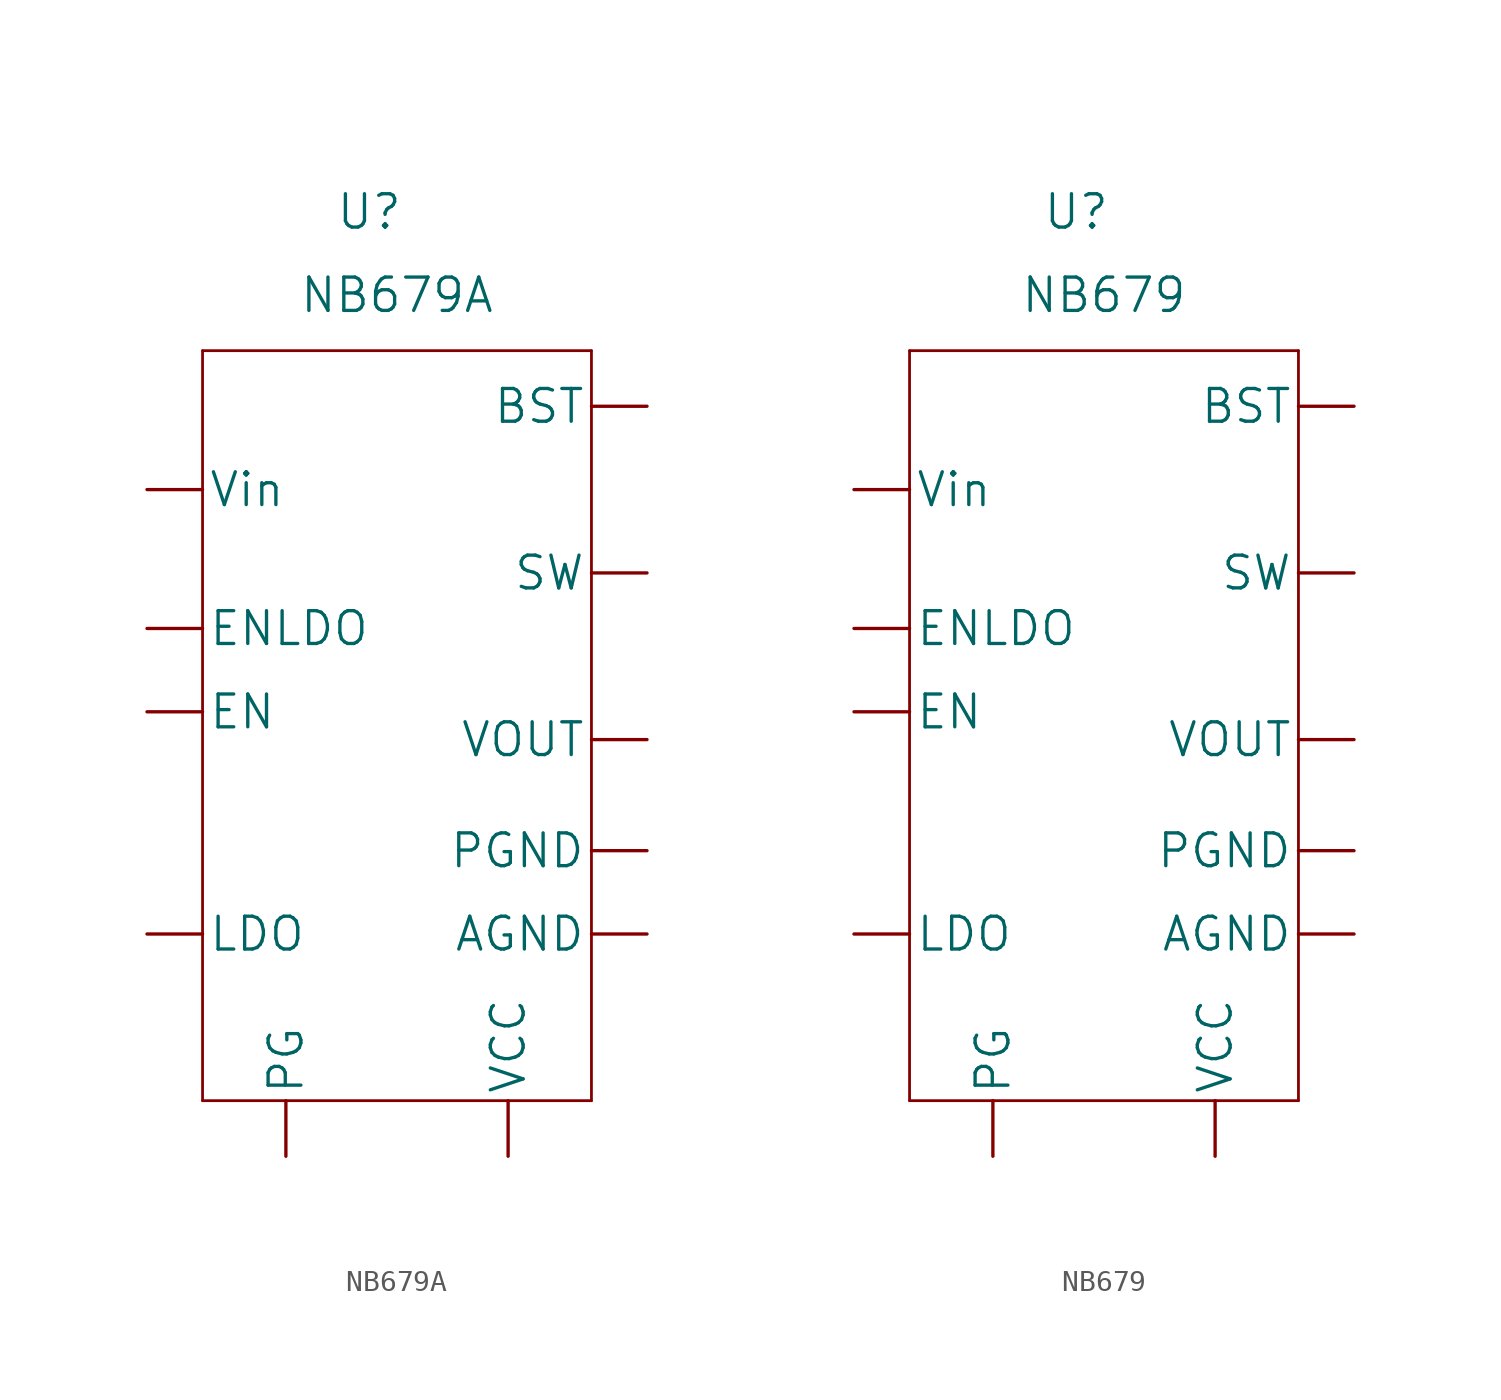
<source format=kicad_sym>
(kicad_symbol_lib
  (version 20231120)
  (generator "kicad_symbol_editor")
  (generator_version "8.0")
  (symbol "NB679A"
    (pin_numbers hide)
    (pin_names
      (offset 0.254))
    (property "Reference" "U"
      (at 15.24 13.97 0)
      (effects (font (size 1.524 1.524))))
    (property "Value" "NB679A"
      (at 16.51 10.16 0)
      (effects (font (size 1.524 1.524))))
    (symbol "NB679A_1_1"
      (polyline (pts (xy 7.62 -26.67) (xy 25.4 -26.67)) (stroke (width 0.127) (type default)) (fill (type none)))
      (polyline (pts (xy 7.62 7.62) (xy 7.62 -26.67)) (stroke (width 0.127) (type default)) (fill (type none)))
      (polyline (pts (xy 25.4 -26.67) (xy 25.4 7.62)) (stroke (width 0.127) (type default)) (fill (type none)))
      (polyline (pts (xy 25.4 7.62) (xy 7.62 7.62)) (stroke (width 0.127) (type default)) (fill (type none)))
      (pin power_in line (at 5.08 1.27 0) (length 2.54) (name "Vin" (effects (font (size 1.499 1.499)))) (number "1" (effects (font (size 1.499 1.499)))))
      (pin power_in line (at 27.94 -19.05 180) (length 2.54) (name "AGND" (effects (font (size 1.499 1.499)))) (number "10" (effects (font (size 1.499 1.499)))))
      (pin input line (at 5.08 -8.89 0) (length 2.54) (name "EN" (effects (font (size 1.499 1.499)))) (number "11" (effects (font (size 1.499 1.499)))))
      (pin input line (at 5.08 -5.08 0) (length 2.54) (name "ENLDO" (effects (font (size 1.499 1.499)))) (number "12" (effects (font (size 1.499 1.499)))))
      (pin power_in line (at 27.94 -15.24 180) (length 2.54) (name "PGND" (effects (font (size 1.499 1.499)))) (number "2" (effects (font (size 1.499 1.499)))))
      (pin passive line (at 11.43 -29.21 90) (length 2.54) (name "PG" (effects (font (size 1.499 1.499)))) (number "3" (effects (font (size 1.499 1.499)))))
      (pin no_connect line (at 5.08 -15.24 0) (length 2.54) hide (name "NC" (effects (font (size 1.499 1.499)))) (number "4" (effects (font (size 1.499 1.499)))))
      (pin input line (at 27.94 -10.16 180) (length 2.54) (name "VOUT" (effects (font (size 1.499 1.499)))) (number "5" (effects (font (size 1.499 1.499)))))
      (pin passive line (at 5.08 -19.05 0) (length 2.54) (name "LDO" (effects (font (size 1.499 1.499)))) (number "6" (effects (font (size 1.499 1.499)))))
      (pin passive line (at 27.94 -2.54 180) (length 2.54) (name "SW" (effects (font (size 1.499 1.499)))) (number "7" (effects (font (size 1.499 1.499)))))
      (pin passive line (at 27.94 5.08 180) (length 2.54) (name "BST" (effects (font (size 1.499 1.499)))) (number "8" (effects (font (size 1.499 1.499)))))
      (pin power_in line (at 21.59 -29.21 90) (length 2.54) (name "VCC" (effects (font (size 1.499 1.499)))) (number "9" (effects (font (size 1.499 1.499)))))))
  (symbol "NB679"
    (pin_numbers hide)
    (pin_names
      (offset 0.254))
    (property "Reference" "U"
      (at 15.24 13.97 0)
      (effects (font (size 1.524 1.524))))
    (property "Value" "NB679"
      (at 16.51 10.16 0)
      (effects (font (size 1.524 1.524))))
    (symbol "NB679_1_1"
      (polyline (pts (xy 7.62 -26.67) (xy 25.4 -26.67)) (stroke (width 0.127) (type default)) (fill (type none)))
      (polyline (pts (xy 7.62 7.62) (xy 7.62 -26.67)) (stroke (width 0.127) (type default)) (fill (type none)))
      (polyline (pts (xy 25.4 -26.67) (xy 25.4 7.62)) (stroke (width 0.127) (type default)) (fill (type none)))
      (polyline (pts (xy 25.4 7.62) (xy 7.62 7.62)) (stroke (width 0.127) (type default)) (fill (type none)))
      (pin unspecified line (at 5.08 1.27 0) (length 2.54) (name "Vin" (effects (font (size 1.499 1.499)))) (number "1" (effects (font (size 1.499 1.499)))))
      (pin power_in line (at 27.94 -19.05 180) (length 2.54) (name "AGND" (effects (font (size 1.499 1.499)))) (number "10" (effects (font (size 1.499 1.499)))))
      (pin unspecified line (at 5.08 -8.89 0) (length 2.54) (name "EN" (effects (font (size 1.499 1.499)))) (number "11" (effects (font (size 1.499 1.499)))))
      (pin unspecified line (at 5.08 -5.08 0) (length 2.54) (name "ENLDO" (effects (font (size 1.499 1.499)))) (number "12" (effects (font (size 1.499 1.499)))))
      (pin power_in line (at 27.94 -15.24 180) (length 2.54) (name "PGND" (effects (font (size 1.499 1.499)))) (number "2" (effects (font (size 1.499 1.499)))))
      (pin unspecified line (at 11.43 -29.21 90) (length 2.54) (name "PG" (effects (font (size 1.499 1.499)))) (number "3" (effects (font (size 1.499 1.499)))))
      (pin no_connect line (at 5.08 -15.24 0) (length 2.54) hide (name "NC" (effects (font (size 1.499 1.499)))) (number "4" (effects (font (size 1.499 1.499)))))
      (pin output line (at 27.94 -10.16 180) (length 2.54) (name "VOUT" (effects (font (size 1.499 1.499)))) (number "5" (effects (font (size 1.499 1.499)))))
      (pin unspecified line (at 5.08 -19.05 0) (length 2.54) (name "LDO" (effects (font (size 1.499 1.499)))) (number "6" (effects (font (size 1.499 1.499)))))
      (pin unspecified line (at 27.94 -2.54 180) (length 2.54) (name "SW" (effects (font (size 1.499 1.499)))) (number "7" (effects (font (size 1.499 1.499)))))
      (pin unspecified line (at 27.94 5.08 180) (length 2.54) (name "BST" (effects (font (size 1.499 1.499)))) (number "8" (effects (font (size 1.499 1.499)))))
      (pin power_in line (at 21.59 -29.21 90) (length 2.54) (name "VCC" (effects (font (size 1.499 1.499)))) (number "9" (effects (font (size 1.499 1.499))))))))
</source>
